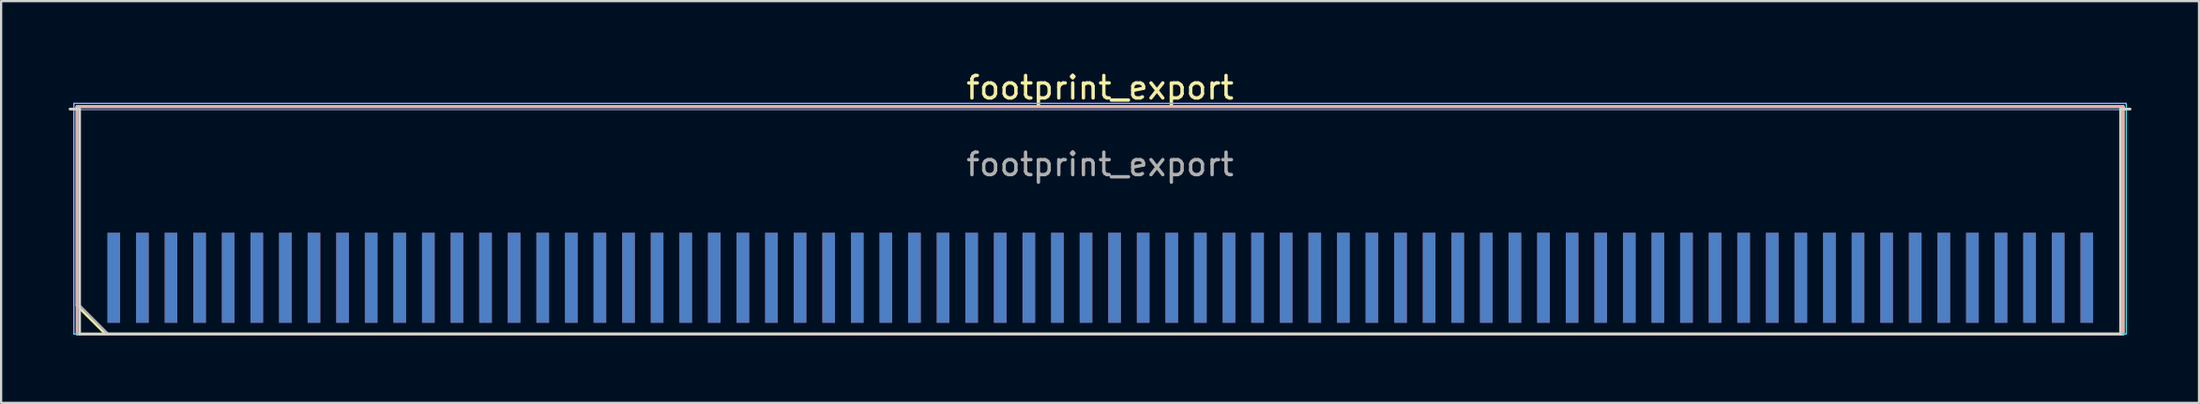
<source format=kicad_pcb>
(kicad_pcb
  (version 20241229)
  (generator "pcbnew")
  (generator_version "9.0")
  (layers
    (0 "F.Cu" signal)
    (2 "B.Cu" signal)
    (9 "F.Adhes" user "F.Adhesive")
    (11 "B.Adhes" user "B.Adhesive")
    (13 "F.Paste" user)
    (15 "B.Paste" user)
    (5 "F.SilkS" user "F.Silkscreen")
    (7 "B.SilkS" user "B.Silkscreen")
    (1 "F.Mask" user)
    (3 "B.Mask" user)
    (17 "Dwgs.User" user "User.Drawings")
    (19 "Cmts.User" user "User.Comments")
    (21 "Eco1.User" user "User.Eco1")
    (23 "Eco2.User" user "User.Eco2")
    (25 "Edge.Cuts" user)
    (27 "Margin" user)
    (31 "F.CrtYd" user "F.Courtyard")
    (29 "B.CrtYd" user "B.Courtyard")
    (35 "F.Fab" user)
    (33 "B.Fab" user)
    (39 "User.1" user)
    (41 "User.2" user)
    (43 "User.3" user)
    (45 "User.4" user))
  (footprint "footprint_export"
    (layer "F.Cu")
    (at 45.81 6.798)
    (property "Reference" "footprint_export" (at 0 -5.95 0) (layer "F.SilkS") (effects (font (size 1 1) (thickness 0.15))))
    (attr exclude_from_pos_files exclude_from_bom)
    (fp_line (start -45.44 -5.11) (end 45.44 -5.11) (stroke (width 0.12) (type solid)) (layer "F.SilkS"))
    (fp_line (start -45.44 3.73) (end -45.44 -5.11) (stroke (width 0.12) (type solid)) (layer "F.SilkS"))
    (fp_line (start -44.17 5) (end -45.44 3.73) (stroke (width 0.12) (type solid)) (layer "F.SilkS"))
    (fp_line (start -44.17 5) (end 45.44 5) (stroke (width 0.12) (type solid)) (layer "F.SilkS"))
    (fp_line (start 45.44 5) (end 45.44 -5.11) (stroke (width 0.12) (type solid)) (layer "F.SilkS"))
    (fp_line (start -45.44 -5.11) (end 45.44 -5.11) (stroke (width 0.12) (type solid)) (layer "B.SilkS"))
    (fp_line (start -45.44 5) (end -45.44 -5.11) (stroke (width 0.12) (type solid)) (layer "B.SilkS"))
    (fp_line (start -45.44 5) (end 45.44 5) (stroke (width 0.12) (type solid)) (layer "B.SilkS"))
    (fp_line (start 45.44 5) (end 45.44 -5.11) (stroke (width 0.12) (type solid)) (layer "B.SilkS"))
    (fp_line (start -45.75 -5) (end -45.325 -5) (stroke (width 0.12) (type solid)) (layer "Edge.Cuts"))
    (fp_line (start -45.325 5) (end -45.325 -5) (stroke (width 0.12) (type solid)) (layer "Edge.Cuts"))
    (fp_line (start -45.325 5) (end 45.325 5) (stroke (width 0.12) (type solid)) (layer "Edge.Cuts"))
    (fp_line (start 45.325 5) (end 45.325 -5) (stroke (width 0.12) (type solid)) (layer "Edge.Cuts"))
    (fp_line (start 45.75 -5) (end 45.325 -5) (stroke (width 0.12) (type solid)) (layer "Edge.Cuts"))
    (fp_line (start -45.58 -5.25) (end -45.58 5) (stroke (width 0.05) (type solid)) (layer "B.CrtYd"))
    (fp_line (start -45.58 5) (end 45.58 5) (stroke (width 0.05) (type solid)) (layer "B.CrtYd"))
    (fp_line (start 45.58 -5.25) (end -45.58 -5.25) (stroke (width 0.05) (type solid)) (layer "B.CrtYd"))
    (fp_line (start 45.58 5) (end 45.58 -5.25) (stroke (width 0.05) (type solid)) (layer "B.CrtYd"))
    (fp_line (start -45.58 -5.25) (end -45.58 5) (stroke (width 0.05) (type solid)) (layer "F.CrtYd"))
    (fp_line (start -45.58 5) (end 45.58 5) (stroke (width 0.05) (type solid)) (layer "F.CrtYd"))
    (fp_line (start 45.58 -5.25) (end -45.58 -5.25) (stroke (width 0.05) (type solid)) (layer "F.CrtYd"))
    (fp_line (start 45.58 5) (end 45.58 -5.25) (stroke (width 0.05) (type solid)) (layer "F.CrtYd"))
    (fp_line (start -45.325 -5) (end 45.325 -5) (stroke (width 0.1) (type solid)) (layer "B.Fab"))
    (fp_line (start -45.325 5) (end -45.325 -5) (stroke (width 0.1) (type solid)) (layer "B.Fab"))
    (fp_line (start -45.325 5) (end 45.325 5) (stroke (width 0.1) (type solid)) (layer "B.Fab"))
    (fp_line (start 45.325 5) (end 45.325 -5) (stroke (width 0.1) (type solid)) (layer "B.Fab"))
    (fp_line (start -45.325 -5) (end 45.325 -5) (stroke (width 0.1) (type solid)) (layer "F.Fab"))
    (fp_line (start -45.325 3.73) (end -45.325 -5) (stroke (width 0.1) (type solid)) (layer "F.Fab"))
    (fp_line (start -45.325 3.73) (end -44.055 5) (stroke (width 0.1) (type solid)) (layer "F.Fab"))
    (fp_line (start -44.055 5) (end 45.325 5) (stroke (width 0.1) (type solid)) (layer "F.Fab"))
    (fp_line (start 45.325 5) (end 45.325 -5) (stroke (width 0.1) (type solid)) (layer "F.Fab"))
    (fp_text user "${REFERENCE}" (at 0 -2.54 0) (layer "F.Fab") (effects (font (size 1 1) (thickness 0.15))))
    (pad "1" connect rect (at -43.805 2.5) (size 0.56 4) (layers "F.Cu" "F.Mask"))
    (pad "2" connect rect (at -43.805 2.5) (size 0.56 4) (layers "B.Cu" "B.Mask"))
    (pad "3" connect rect (at -42.535 2.5) (size 0.56 4) (layers "F.Cu" "F.Mask"))
    (pad "4" connect rect (at -42.535 2.5) (size 0.56 4) (layers "B.Cu" "B.Mask"))
    (pad "5" connect rect (at -41.265 2.5) (size 0.56 4) (layers "F.Cu" "F.Mask"))
    (pad "6" connect rect (at -41.265 2.5) (size 0.56 4) (layers "B.Cu" "B.Mask"))
    (pad "7" connect rect (at -39.995 2.5) (size 0.56 4) (layers "F.Cu" "F.Mask"))
    (pad "8" connect rect (at -39.995 2.5) (size 0.56 4) (layers "B.Cu" "B.Mask"))
    (pad "9" connect rect (at -38.725 2.5) (size 0.56 4) (layers "F.Cu" "F.Mask"))
    (pad "10" connect rect (at -38.725 2.5) (size 0.56 4) (layers "B.Cu" "B.Mask"))
    (pad "11" connect rect (at -37.455 2.5) (size 0.56 4) (layers "F.Cu" "F.Mask"))
    (pad "12" connect rect (at -37.455 2.5) (size 0.56 4) (layers "B.Cu" "B.Mask"))
    (pad "13" connect rect (at -36.185 2.5) (size 0.56 4) (layers "F.Cu" "F.Mask"))
    (pad "14" connect rect (at -36.185 2.5) (size 0.56 4) (layers "B.Cu" "B.Mask"))
    (pad "15" connect rect (at -34.915 2.5) (size 0.56 4) (layers "F.Cu" "F.Mask"))
    (pad "16" connect rect (at -34.915 2.5) (size 0.56 4) (layers "B.Cu" "B.Mask"))
    (pad "17" connect rect (at -33.645 2.5) (size 0.56 4) (layers "F.Cu" "F.Mask"))
    (pad "18" connect rect (at -33.645 2.5) (size 0.56 4) (layers "B.Cu" "B.Mask"))
    (pad "19" connect rect (at -32.375 2.5) (size 0.56 4) (layers "F.Cu" "F.Mask"))
    (pad "20" connect rect (at -32.375 2.5) (size 0.56 4) (layers "B.Cu" "B.Mask"))
    (pad "21" connect rect (at -31.105 2.5) (size 0.56 4) (layers "F.Cu" "F.Mask"))
    (pad "22" connect rect (at -31.105 2.5) (size 0.56 4) (layers "B.Cu" "B.Mask"))
    (pad "23" connect rect (at -29.835 2.5) (size 0.56 4) (layers "F.Cu" "F.Mask"))
    (pad "24" connect rect (at -29.835 2.5) (size 0.56 4) (layers "B.Cu" "B.Mask"))
    (pad "25" connect rect (at -28.565 2.5) (size 0.56 4) (layers "F.Cu" "F.Mask"))
    (pad "26" connect rect (at -28.565 2.5) (size 0.56 4) (layers "B.Cu" "B.Mask"))
    (pad "27" connect rect (at -27.295 2.5) (size 0.56 4) (layers "F.Cu" "F.Mask"))
    (pad "28" connect rect (at -27.295 2.5) (size 0.56 4) (layers "B.Cu" "B.Mask"))
    (pad "29" connect rect (at -26.025 2.5) (size 0.56 4) (layers "F.Cu" "F.Mask"))
    (pad "30" connect rect (at -26.025 2.5) (size 0.56 4) (layers "B.Cu" "B.Mask"))
    (pad "31" connect rect (at -24.755 2.5) (size 0.56 4) (layers "F.Cu" "F.Mask"))
    (pad "32" connect rect (at -24.755 2.5) (size 0.56 4) (layers "B.Cu" "B.Mask"))
    (pad "33" connect rect (at -23.485 2.5) (size 0.56 4) (layers "F.Cu" "F.Mask"))
    (pad "34" connect rect (at -23.485 2.5) (size 0.56 4) (layers "B.Cu" "B.Mask"))
    (pad "35" connect rect (at -22.215 2.5) (size 0.56 4) (layers "F.Cu" "F.Mask"))
    (pad "36" connect rect (at -22.215 2.5) (size 0.56 4) (layers "B.Cu" "B.Mask"))
    (pad "37" connect rect (at -20.945 2.5) (size 0.56 4) (layers "F.Cu" "F.Mask"))
    (pad "38" connect rect (at -20.945 2.5) (size 0.56 4) (layers "B.Cu" "B.Mask"))
    (pad "39" connect rect (at -19.675 2.5) (size 0.56 4) (layers "F.Cu" "F.Mask"))
    (pad "40" connect rect (at -19.675 2.5) (size 0.56 4) (layers "B.Cu" "B.Mask"))
    (pad "41" connect rect (at -18.405 2.5) (size 0.56 4) (layers "F.Cu" "F.Mask"))
    (pad "42" connect rect (at -18.405 2.5) (size 0.56 4) (layers "B.Cu" "B.Mask"))
    (pad "43" connect rect (at -17.135 2.5) (size 0.56 4) (layers "F.Cu" "F.Mask"))
    (pad "44" connect rect (at -17.135 2.5) (size 0.56 4) (layers "B.Cu" "B.Mask"))
    (pad "45" connect rect (at -15.865 2.5) (size 0.56 4) (layers "F.Cu" "F.Mask"))
    (pad "46" connect rect (at -15.865 2.5) (size 0.56 4) (layers "B.Cu" "B.Mask"))
    (pad "47" connect rect (at -14.595 2.5) (size 0.56 4) (layers "F.Cu" "F.Mask"))
    (pad "48" connect rect (at -14.595 2.5) (size 0.56 4) (layers "B.Cu" "B.Mask"))
    (pad "49" connect rect (at -13.325 2.5) (size 0.56 4) (layers "F.Cu" "F.Mask"))
    (pad "50" connect rect (at -13.325 2.5) (size 0.56 4) (layers "B.Cu" "B.Mask"))
    (pad "51" connect rect (at -12.055 2.5) (size 0.56 4) (layers "F.Cu" "F.Mask"))
    (pad "52" connect rect (at -12.055 2.5) (size 0.56 4) (layers "B.Cu" "B.Mask"))
    (pad "53" connect rect (at -10.785 2.5) (size 0.56 4) (layers "F.Cu" "F.Mask"))
    (pad "54" connect rect (at -10.785 2.5) (size 0.56 4) (layers "B.Cu" "B.Mask"))
    (pad "55" connect rect (at -9.515 2.5) (size 0.56 4) (layers "F.Cu" "F.Mask"))
    (pad "56" connect rect (at -9.515 2.5) (size 0.56 4) (layers "B.Cu" "B.Mask"))
    (pad "57" connect rect (at -8.245 2.5) (size 0.56 4) (layers "F.Cu" "F.Mask"))
    (pad "58" connect rect (at -8.245 2.5) (size 0.56 4) (layers "B.Cu" "B.Mask"))
    (pad "59" connect rect (at -6.975 2.5) (size 0.56 4) (layers "F.Cu" "F.Mask"))
    (pad "60" connect rect (at -6.975 2.5) (size 0.56 4) (layers "B.Cu" "B.Mask"))
    (pad "61" connect rect (at -5.705 2.5) (size 0.56 4) (layers "F.Cu" "F.Mask"))
    (pad "62" connect rect (at -5.705 2.5) (size 0.56 4) (layers "B.Cu" "B.Mask"))
    (pad "63" connect rect (at -4.435 2.5) (size 0.56 4) (layers "F.Cu" "F.Mask"))
    (pad "64" connect rect (at -4.435 2.5) (size 0.56 4) (layers "B.Cu" "B.Mask"))
    (pad "65" connect rect (at -3.165 2.5) (size 0.56 4) (layers "F.Cu" "F.Mask"))
    (pad "66" connect rect (at -3.165 2.5) (size 0.56 4) (layers "B.Cu" "B.Mask"))
    (pad "67" connect rect (at -1.895 2.5) (size 0.56 4) (layers "F.Cu" "F.Mask"))
    (pad "68" connect rect (at -1.895 2.5) (size 0.56 4) (layers "B.Cu" "B.Mask"))
    (pad "69" connect rect (at -0.625 2.5) (size 0.56 4) (layers "F.Cu" "F.Mask"))
    (pad "70" connect rect (at -0.625 2.5) (size 0.56 4) (layers "B.Cu" "B.Mask"))
    (pad "71" connect rect (at 0.645 2.5) (size 0.56 4) (layers "F.Cu" "F.Mask"))
    (pad "72" connect rect (at 0.645 2.5) (size 0.56 4) (layers "B.Cu" "B.Mask"))
    (pad "73" connect rect (at 1.915 2.5) (size 0.56 4) (layers "F.Cu" "F.Mask"))
    (pad "74" connect rect (at 1.915 2.5) (size 0.56 4) (layers "B.Cu" "B.Mask"))
    (pad "75" connect rect (at 3.185 2.5) (size 0.56 4) (layers "F.Cu" "F.Mask"))
    (pad "76" connect rect (at 3.185 2.5) (size 0.56 4) (layers "B.Cu" "B.Mask"))
    (pad "77" connect rect (at 4.455 2.5) (size 0.56 4) (layers "F.Cu" "F.Mask"))
    (pad "78" connect rect (at 4.455 2.5) (size 0.56 4) (layers "B.Cu" "B.Mask"))
    (pad "79" connect rect (at 5.725 2.5) (size 0.56 4) (layers "F.Cu" "F.Mask"))
    (pad "80" connect rect (at 5.725 2.5) (size 0.56 4) (layers "B.Cu" "B.Mask"))
    (pad "81" connect rect (at 6.995 2.5) (size 0.56 4) (layers "F.Cu" "F.Mask"))
    (pad "82" connect rect (at 6.995 2.5) (size 0.56 4) (layers "B.Cu" "B.Mask"))
    (pad "83" connect rect (at 8.265 2.5) (size 0.56 4) (layers "F.Cu" "F.Mask"))
    (pad "84" connect rect (at 8.265 2.5) (size 0.56 4) (layers "B.Cu" "B.Mask"))
    (pad "85" connect rect (at 9.535 2.5) (size 0.56 4) (layers "F.Cu" "F.Mask"))
    (pad "86" connect rect (at 9.535 2.5) (size 0.56 4) (layers "B.Cu" "B.Mask"))
    (pad "87" connect rect (at 10.805 2.5) (size 0.56 4) (layers "F.Cu" "F.Mask"))
    (pad "88" connect rect (at 10.805 2.5) (size 0.56 4) (layers "B.Cu" "B.Mask"))
    (pad "89" connect rect (at 12.075 2.5) (size 0.56 4) (layers "F.Cu" "F.Mask"))
    (pad "90" connect rect (at 12.075 2.5) (size 0.56 4) (layers "B.Cu" "B.Mask"))
    (pad "91" connect rect (at 13.345 2.5) (size 0.56 4) (layers "F.Cu" "F.Mask"))
    (pad "92" connect rect (at 13.345 2.5) (size 0.56 4) (layers "B.Cu" "B.Mask"))
    (pad "93" connect rect (at 14.615 2.5) (size 0.56 4) (layers "F.Cu" "F.Mask"))
    (pad "94" connect rect (at 14.615 2.5) (size 0.56 4) (layers "B.Cu" "B.Mask"))
    (pad "95" connect rect (at 15.885 2.5) (size 0.56 4) (layers "F.Cu" "F.Mask"))
    (pad "96" connect rect (at 15.885 2.5) (size 0.56 4) (layers "B.Cu" "B.Mask"))
    (pad "97" connect rect (at 17.155 2.5) (size 0.56 4) (layers "F.Cu" "F.Mask"))
    (pad "98" connect rect (at 17.155 2.5) (size 0.56 4) (layers "B.Cu" "B.Mask"))
    (pad "99" connect rect (at 18.425 2.5) (size 0.56 4) (layers "F.Cu" "F.Mask"))
    (pad "100" connect rect (at 18.425 2.5) (size 0.56 4) (layers "B.Cu" "B.Mask"))
    (pad "101" connect rect (at 19.695 2.5) (size 0.56 4) (layers "F.Cu" "F.Mask"))
    (pad "102" connect rect (at 19.695 2.5) (size 0.56 4) (layers "B.Cu" "B.Mask"))
    (pad "103" connect rect (at 20.965 2.5) (size 0.56 4) (layers "F.Cu" "F.Mask"))
    (pad "104" connect rect (at 20.965 2.5) (size 0.56 4) (layers "B.Cu" "B.Mask"))
    (pad "105" connect rect (at 22.235 2.5) (size 0.56 4) (layers "F.Cu" "F.Mask"))
    (pad "106" connect rect (at 22.235 2.5) (size 0.56 4) (layers "B.Cu" "B.Mask"))
    (pad "107" connect rect (at 23.505 2.5) (size 0.56 4) (layers "F.Cu" "F.Mask"))
    (pad "108" connect rect (at 23.505 2.5) (size 0.56 4) (layers "B.Cu" "B.Mask"))
    (pad "109" connect rect (at 24.775 2.5) (size 0.56 4) (layers "F.Cu" "F.Mask"))
    (pad "110" connect rect (at 24.775 2.5) (size 0.56 4) (layers "B.Cu" "B.Mask"))
    (pad "111" connect rect (at 26.045 2.5) (size 0.56 4) (layers "F.Cu" "F.Mask"))
    (pad "112" connect rect (at 26.045 2.5) (size 0.56 4) (layers "B.Cu" "B.Mask"))
    (pad "113" connect rect (at 27.315 2.5) (size 0.56 4) (layers "F.Cu" "F.Mask"))
    (pad "114" connect rect (at 27.315 2.5) (size 0.56 4) (layers "B.Cu" "B.Mask"))
    (pad "115" connect rect (at 28.585 2.5) (size 0.56 4) (layers "F.Cu" "F.Mask"))
    (pad "116" connect rect (at 28.585 2.5) (size 0.56 4) (layers "B.Cu" "B.Mask"))
    (pad "117" connect rect (at 29.855 2.5) (size 0.56 4) (layers "F.Cu" "F.Mask"))
    (pad "118" connect rect (at 29.855 2.5) (size 0.56 4) (layers "B.Cu" "B.Mask"))
    (pad "119" connect rect (at 31.125 2.5) (size 0.56 4) (layers "F.Cu" "F.Mask"))
    (pad "120" connect rect (at 31.125 2.5) (size 0.56 4) (layers "B.Cu" "B.Mask"))
    (pad "121" connect rect (at 32.395 2.5) (size 0.56 4) (layers "F.Cu" "F.Mask"))
    (pad "122" connect rect (at 32.395 2.5) (size 0.56 4) (layers "B.Cu" "B.Mask"))
    (pad "123" connect rect (at 33.665 2.5) (size 0.56 4) (layers "F.Cu" "F.Mask"))
    (pad "124" connect rect (at 33.665 2.5) (size 0.56 4) (layers "B.Cu" "B.Mask"))
    (pad "125" connect rect (at 34.935 2.5) (size 0.56 4) (layers "F.Cu" "F.Mask"))
    (pad "126" connect rect (at 34.935 2.5) (size 0.56 4) (layers "B.Cu" "B.Mask"))
    (pad "127" connect rect (at 36.205 2.5) (size 0.56 4) (layers "F.Cu" "F.Mask"))
    (pad "128" connect rect (at 36.205 2.5) (size 0.56 4) (layers "B.Cu" "B.Mask"))
    (pad "129" connect rect (at 37.475 2.5) (size 0.56 4) (layers "F.Cu" "F.Mask"))
    (pad "130" connect rect (at 37.475 2.5) (size 0.56 4) (layers "B.Cu" "B.Mask"))
    (pad "131" connect rect (at 38.745 2.5) (size 0.56 4) (layers "F.Cu" "F.Mask"))
    (pad "132" connect rect (at 38.745 2.5) (size 0.56 4) (layers "B.Cu" "B.Mask"))
    (pad "133" connect rect (at 40.015 2.5) (size 0.56 4) (layers "F.Cu" "F.Mask"))
    (pad "134" connect rect (at 40.015 2.5) (size 0.56 4) (layers "B.Cu" "B.Mask"))
    (pad "135" connect rect (at 41.285 2.5) (size 0.56 4) (layers "F.Cu" "F.Mask"))
    (pad "136" connect rect (at 41.285 2.5) (size 0.56 4) (layers "B.Cu" "B.Mask"))
    (pad "137" connect rect (at 42.555 2.5) (size 0.56 4) (layers "F.Cu" "F.Mask"))
    (pad "138" connect rect (at 42.555 2.5) (size 0.56 4) (layers "B.Cu" "B.Mask"))
    (pad "139" connect rect (at 43.825 2.5) (size 0.56 4) (layers "F.Cu" "F.Mask"))
    (pad "140" connect rect (at 43.825 2.5) (size 0.56 4) (layers "B.Cu" "B.Mask")))
  (gr_rect
    (start -3 -3)
    (end 94.62 14.858)
    (stroke (width 0.1) (type default))
    (fill no)
    (layer "Edge.Cuts")))
</source>
